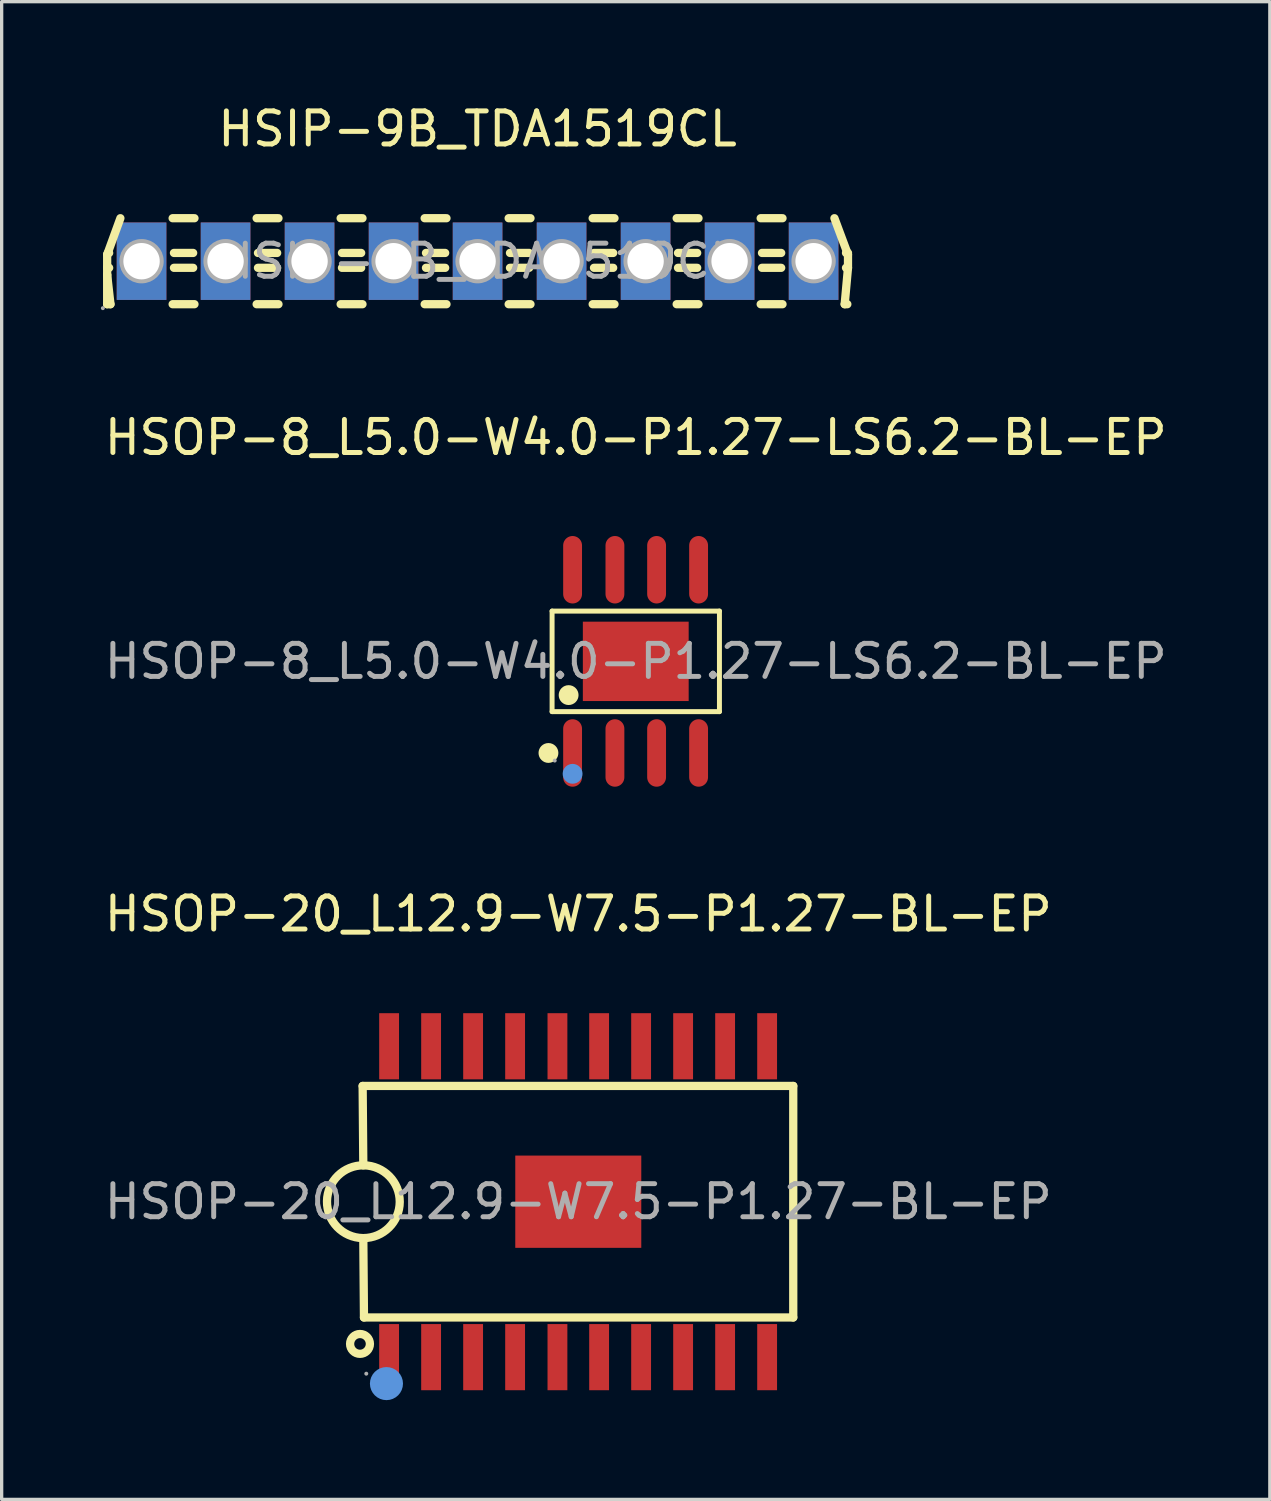
<source format=kicad_pcb>
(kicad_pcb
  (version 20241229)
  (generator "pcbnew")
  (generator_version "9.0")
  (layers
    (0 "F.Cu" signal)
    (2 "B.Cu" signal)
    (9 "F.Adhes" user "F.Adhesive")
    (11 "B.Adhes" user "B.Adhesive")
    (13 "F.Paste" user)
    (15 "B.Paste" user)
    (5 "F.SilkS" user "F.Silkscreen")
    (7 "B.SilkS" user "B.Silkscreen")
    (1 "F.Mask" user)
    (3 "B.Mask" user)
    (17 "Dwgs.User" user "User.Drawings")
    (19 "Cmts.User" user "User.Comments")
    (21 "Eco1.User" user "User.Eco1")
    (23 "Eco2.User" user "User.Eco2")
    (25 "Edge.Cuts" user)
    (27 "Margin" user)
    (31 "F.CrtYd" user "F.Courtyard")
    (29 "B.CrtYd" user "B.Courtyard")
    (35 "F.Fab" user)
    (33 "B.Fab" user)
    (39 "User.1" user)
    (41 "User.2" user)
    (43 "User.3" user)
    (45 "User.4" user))
  (footprint "HSOP-20_L12.9-W7.5-P1.27-BL-EP"
    (layer "F.Cu")
    (at 14.435 33.285)
    (property "Reference" "HSOP-20_L12.9-W7.5-P1.27-BL-EP" (at 0 -8.7 0) (layer "F.SilkS") (effects (font (size 1 1) (thickness 0.15))))
    (attr through_hole)
    (fp_line (start -6.52 -3.5) (end 6.5 -3.5) (stroke (width 0.25) (type solid)) (layer "F.SilkS"))
    (fp_line (start -6.5 -1.1) (end -6.52 -3.5) (stroke (width 0.25) (type solid)) (layer "F.SilkS"))
    (fp_line (start -6.48 3.5) (end -6.5 1.1) (stroke (width 0.25) (type solid)) (layer "F.SilkS"))
    (fp_line (start 6.5 3.5) (end -6.48 3.5) (stroke (width 0.25) (type solid)) (layer "F.SilkS"))
    (fp_line (start 6.5 3.5) (end 6.5 -3.5) (stroke (width 0.25) (type solid)) (layer "F.SilkS"))
    (fp_arc (start -6.519198 1.099832) (mid -6.490401 -1.099958) (end -6.5 1.1) (stroke (width 0.25) (type solid)) (layer "F.SilkS"))
    (fp_circle (center -6.6 4.3) (end -6.3 4.3) (stroke (width 0.25) (type solid)) (fill no) (layer "F.SilkS"))
    (fp_circle (center -5.8 5.5) (end -5.55 5.5) (stroke (width 0.5) (type solid)) (fill no) (layer "Cmts.User"))
    (fp_circle (center -6.41 5.2) (end -6.38 5.2) (stroke (width 0.06) (type solid)) (fill no) (layer "F.Fab"))
    (fp_text user "${REFERENCE}" (at 0 0 0) (layer "F.Fab") (effects (font (size 1 1) (thickness 0.15))))
    (pad "1" smd rect (at -5.72 4.7 180) (size 0.6 2) (layers "F.Cu" "F.Mask" "F.Paste"))
    (pad "2" smd rect (at -4.45 4.7 180) (size 0.6 2) (layers "F.Cu" "F.Mask" "F.Paste"))
    (pad "3" smd rect (at -3.18 4.7 180) (size 0.6 2) (layers "F.Cu" "F.Mask" "F.Paste"))
    (pad "4" smd rect (at -1.91 4.7 180) (size 0.6 2) (layers "F.Cu" "F.Mask" "F.Paste"))
    (pad "5" smd rect (at -0.63 4.7 180) (size 0.6 2) (layers "F.Cu" "F.Mask" "F.Paste"))
    (pad "6" smd rect (at 0.63 4.7 180) (size 0.6 2) (layers "F.Cu" "F.Mask" "F.Paste"))
    (pad "7" smd rect (at 1.9 4.7 180) (size 0.6 2) (layers "F.Cu" "F.Mask" "F.Paste"))
    (pad "8" smd rect (at 3.17 4.7 180) (size 0.6 2) (layers "F.Cu" "F.Mask" "F.Paste"))
    (pad "9" smd rect (at 4.44 4.7 180) (size 0.6 2) (layers "F.Cu" "F.Mask" "F.Paste"))
    (pad "10" smd rect (at 5.71 4.7 180) (size 0.6 2) (layers "F.Cu" "F.Mask" "F.Paste"))
    (pad "11" smd rect (at 5.71 -4.7 180) (size 0.6 2) (layers "F.Cu" "F.Mask" "F.Paste"))
    (pad "12" smd rect (at 4.44 -4.7 180) (size 0.6 2) (layers "F.Cu" "F.Mask" "F.Paste"))
    (pad "13" smd rect (at 3.17 -4.7 180) (size 0.6 2) (layers "F.Cu" "F.Mask" "F.Paste"))
    (pad "14" smd rect (at 1.9 -4.7 180) (size 0.6 2) (layers "F.Cu" "F.Mask" "F.Paste"))
    (pad "15" smd rect (at 0.63 -4.7 180) (size 0.6 2) (layers "F.Cu" "F.Mask" "F.Paste"))
    (pad "16" smd rect (at -0.63 -4.7 180) (size 0.6 2) (layers "F.Cu" "F.Mask" "F.Paste"))
    (pad "17" smd rect (at -1.91 -4.7 180) (size 0.6 2) (layers "F.Cu" "F.Mask" "F.Paste"))
    (pad "18" smd rect (at -3.18 -4.7 180) (size 0.6 2) (layers "F.Cu" "F.Mask" "F.Paste"))
    (pad "19" smd rect (at -4.45 -4.7 180) (size 0.6 2) (layers "F.Cu" "F.Mask" "F.Paste"))
    (pad "20" smd rect (at -5.72 -4.7 180) (size 0.6 2) (layers "F.Cu" "F.Mask" "F.Paste"))
    (pad "21" smd rect (at 0 0) (size 3.81 2.79) (layers "F.Cu" "F.Mask" "F.Paste")))
  (footprint "HSOP-8_L5.0-W4.0-P1.27-LS6.2-BL-EP"
    (layer "F.Cu")
    (at 16.173 16.947)
    (property "Reference" "HSOP-8_L5.0-W4.0-P1.27-LS6.2-BL-EP" (at 0 -6.77 0) (layer "F.SilkS") (effects (font (size 1 1) (thickness 0.15))))
    (attr through_hole)
    (fp_line (start -2.53 -1.52) (end 2.53 -1.52) (stroke (width 0.15) (type solid)) (layer "F.SilkS"))
    (fp_line (start -2.53 1.52) (end -2.53 -1.52) (stroke (width 0.15) (type solid)) (layer "F.SilkS"))
    (fp_line (start 2.53 -1.52) (end 2.53 1.52) (stroke (width 0.15) (type solid)) (layer "F.SilkS"))
    (fp_line (start 2.53 1.52) (end -2.53 1.52) (stroke (width 0.15) (type solid)) (layer "F.SilkS"))
    (fp_circle (center -2.64 2.77) (end -2.49 2.77) (stroke (width 0.3) (type solid)) (fill no) (layer "F.SilkS"))
    (fp_circle (center -2.03 1.02) (end -1.88 1.02) (stroke (width 0.3) (type solid)) (fill no) (layer "F.SilkS"))
    (fp_circle (center -1.91 3.4) (end -1.76 3.4) (stroke (width 0.3) (type solid)) (fill no) (layer "Cmts.User"))
    (fp_circle (center -2.45 3) (end -2.42 3) (stroke (width 0.06) (type solid)) (fill no) (layer "F.Fab"))
    (fp_text user "${REFERENCE}" (at 0 0 0) (layer "F.Fab") (effects (font (size 1 1) (thickness 0.15))))
    (pad "1" smd oval (at -1.91 2.77) (size 0.57 2.04) (layers "F.Cu" "F.Mask" "F.Paste"))
    (pad "2" smd oval (at -0.63 2.77) (size 0.57 2.04) (layers "F.Cu" "F.Mask" "F.Paste"))
    (pad "3" smd oval (at 0.63 2.77) (size 0.57 2.04) (layers "F.Cu" "F.Mask" "F.Paste"))
    (pad "4" smd oval (at 1.9 2.77) (size 0.57 2.04) (layers "F.Cu" "F.Mask" "F.Paste"))
    (pad "5" smd oval (at 1.9 -2.77) (size 0.57 2.04) (layers "F.Cu" "F.Mask" "F.Paste"))
    (pad "6" smd oval (at 0.63 -2.77) (size 0.57 2.04) (layers "F.Cu" "F.Mask" "F.Paste"))
    (pad "7" smd oval (at -0.63 -2.77) (size 0.57 2.04) (layers "F.Cu" "F.Mask" "F.Paste"))
    (pad "8" smd oval (at -1.91 -2.77) (size 0.57 2.04) (layers "F.Cu" "F.Mask" "F.Paste"))
    (pad "9" smd rect (at 0 0) (size 3.2 2.4) (layers "F.Cu" "F.Mask" "F.Paste")))
  (footprint "HSIP-9B_TDA1519CL"
    (layer "F.Cu")
    (at 11.39 4.848)
    (property "Reference" "HSIP-9B_TDA1519CL" (at 0 -4 0) (layer "F.SilkS") (effects (font (size 1 1) (thickness 0.15))))
    (attr through_hole)
    (fp_line (start -11.2 -0.2) (end -11.2 0.2) (stroke (width 0.25) (type solid)) (layer "F.SilkS"))
    (fp_line (start -11.2 0.2) (end -11.2 0.41) (stroke (width 0.25) (type solid)) (layer "F.SilkS"))
    (fp_line (start -11.2 0.2) (end -11.14 0.2) (stroke (width 0.25) (type solid)) (layer "F.SilkS"))
    (fp_line (start -11.2 0.41) (end -11.2 1.3) (stroke (width 0.25) (type solid)) (layer "F.SilkS"))
    (fp_line (start -11.2 0.41) (end -11.1 1.3) (stroke (width 0.25) (type solid)) (layer "F.SilkS"))
    (fp_line (start -11.2 1.3) (end -11.1 1.3) (stroke (width 0.25) (type solid)) (layer "F.SilkS"))
    (fp_line (start -11.18 -0.25) (end -11.14 -0.25) (stroke (width 0.25) (type solid)) (layer "F.SilkS"))
    (fp_line (start -10.8 -1.3) (end -11.2 -0.2) (stroke (width 0.25) (type solid)) (layer "F.SilkS"))
    (fp_line (start -9.22 -1.3) (end -8.56 -1.3) (stroke (width 0.25) (type solid)) (layer "F.SilkS"))
    (fp_line (start -9.22 1.3) (end -8.56 1.3) (stroke (width 0.25) (type solid)) (layer "F.SilkS"))
    (fp_line (start -9.18 -0.25) (end -8.6 -0.25) (stroke (width 0.25) (type solid)) (layer "F.SilkS"))
    (fp_line (start -9.18 0.2) (end -8.6 0.2) (stroke (width 0.25) (type solid)) (layer "F.SilkS"))
    (fp_line (start -6.68 -1.3) (end -6.02 -1.3) (stroke (width 0.25) (type solid)) (layer "F.SilkS"))
    (fp_line (start -6.68 1.3) (end -6.02 1.3) (stroke (width 0.25) (type solid)) (layer "F.SilkS"))
    (fp_line (start -6.64 -0.25) (end -6.06 -0.25) (stroke (width 0.25) (type solid)) (layer "F.SilkS"))
    (fp_line (start -6.64 0.2) (end -6.06 0.2) (stroke (width 0.25) (type solid)) (layer "F.SilkS"))
    (fp_line (start -4.14 -1.3) (end -3.48 -1.3) (stroke (width 0.25) (type solid)) (layer "F.SilkS"))
    (fp_line (start -4.14 1.3) (end -3.48 1.3) (stroke (width 0.25) (type solid)) (layer "F.SilkS"))
    (fp_line (start -4.1 -0.25) (end -3.52 -0.25) (stroke (width 0.25) (type solid)) (layer "F.SilkS"))
    (fp_line (start -4.1 0.2) (end -3.52 0.2) (stroke (width 0.25) (type solid)) (layer "F.SilkS"))
    (fp_line (start -1.6 -1.3) (end -0.94 -1.3) (stroke (width 0.25) (type solid)) (layer "F.SilkS"))
    (fp_line (start -1.6 1.3) (end -0.94 1.3) (stroke (width 0.25) (type solid)) (layer "F.SilkS"))
    (fp_line (start -1.56 -0.25) (end -0.98 -0.25) (stroke (width 0.25) (type solid)) (layer "F.SilkS"))
    (fp_line (start -1.56 0.2) (end -0.98 0.2) (stroke (width 0.25) (type solid)) (layer "F.SilkS"))
    (fp_line (start 0.94 -1.3) (end 1.6 -1.3) (stroke (width 0.25) (type solid)) (layer "F.SilkS"))
    (fp_line (start 0.94 1.3) (end 1.6 1.3) (stroke (width 0.25) (type solid)) (layer "F.SilkS"))
    (fp_line (start 0.98 -0.25) (end 1.56 -0.25) (stroke (width 0.25) (type solid)) (layer "F.SilkS"))
    (fp_line (start 0.98 0.2) (end 1.56 0.2) (stroke (width 0.25) (type solid)) (layer "F.SilkS"))
    (fp_line (start 3.48 -1.3) (end 4.14 -1.3) (stroke (width 0.25) (type solid)) (layer "F.SilkS"))
    (fp_line (start 3.48 1.3) (end 4.14 1.3) (stroke (width 0.25) (type solid)) (layer "F.SilkS"))
    (fp_line (start 3.52 -0.25) (end 4.1 -0.25) (stroke (width 0.25) (type solid)) (layer "F.SilkS"))
    (fp_line (start 3.52 0.2) (end 4.1 0.2) (stroke (width 0.25) (type solid)) (layer "F.SilkS"))
    (fp_line (start 6.02 -1.3) (end 6.68 -1.3) (stroke (width 0.25) (type solid)) (layer "F.SilkS"))
    (fp_line (start 6.02 1.3) (end 6.68 1.3) (stroke (width 0.25) (type solid)) (layer "F.SilkS"))
    (fp_line (start 6.06 -0.25) (end 6.64 -0.25) (stroke (width 0.25) (type solid)) (layer "F.SilkS"))
    (fp_line (start 6.06 0.2) (end 6.64 0.2) (stroke (width 0.25) (type solid)) (layer "F.SilkS"))
    (fp_line (start 8.56 -1.3) (end 9.22 -1.3) (stroke (width 0.25) (type solid)) (layer "F.SilkS"))
    (fp_line (start 8.56 1.3) (end 9.22 1.3) (stroke (width 0.25) (type solid)) (layer "F.SilkS"))
    (fp_line (start 8.6 -0.25) (end 9.18 -0.25) (stroke (width 0.25) (type solid)) (layer "F.SilkS"))
    (fp_line (start 8.6 0.2) (end 9.18 0.2) (stroke (width 0.25) (type solid)) (layer "F.SilkS"))
    (fp_line (start 11.1 1.3) (end 11.18 1.3) (stroke (width 0.25) (type solid)) (layer "F.SilkS"))
    (fp_line (start 11.1 1.3) (end 11.2 0.2) (stroke (width 0.25) (type solid)) (layer "F.SilkS"))
    (fp_line (start 11.14 -0.25) (end 11.2 -0.25) (stroke (width 0.25) (type solid)) (layer "F.SilkS"))
    (fp_line (start 11.14 0.2) (end 11.19 0.2) (stroke (width 0.25) (type solid)) (layer "F.SilkS"))
    (fp_line (start 11.2 -0.2) (end 10.79 -1.3) (stroke (width 0.25) (type solid)) (layer "F.SilkS"))
    (fp_line (start 11.2 0.2) (end 11.2 -0.2) (stroke (width 0.25) (type solid)) (layer "F.SilkS"))
    (fp_circle (center -11.33 1.42) (end -11.3 1.42) (stroke (width 0.06) (type solid)) (fill no) (layer "F.Fab"))
    (fp_circle (center -10.16 0) (end -9.94 0) (stroke (width 0.45) (type solid)) (fill no) (layer "F.Fab"))
    (fp_circle (center -7.62 0) (end -7.4 0) (stroke (width 0.45) (type solid)) (fill no) (layer "F.Fab"))
    (fp_circle (center -5.08 0) (end -4.86 0) (stroke (width 0.45) (type solid)) (fill no) (layer "F.Fab"))
    (fp_circle (center -2.54 0) (end -2.32 0) (stroke (width 0.45) (type solid)) (fill no) (layer "F.Fab"))
    (fp_circle (center 0 0) (end 0.22 0) (stroke (width 0.45) (type solid)) (fill no) (layer "F.Fab"))
    (fp_circle (center 2.54 0) (end 2.76 0) (stroke (width 0.45) (type solid)) (fill no) (layer "F.Fab"))
    (fp_circle (center 5.08 0) (end 5.3 0) (stroke (width 0.45) (type solid)) (fill no) (layer "F.Fab"))
    (fp_circle (center 7.62 0) (end 7.84 0) (stroke (width 0.45) (type solid)) (fill no) (layer "F.Fab"))
    (fp_circle (center 10.16 0) (end 10.38 0) (stroke (width 0.45) (type solid)) (fill no) (layer "F.Fab"))
    (fp_text user "${REFERENCE}" (at 0 0 0) (layer "F.Fab") (effects (font (size 1 1) (thickness 0.15))))
    (pad "1" thru_hole rect (at -10.16 0 90) (size 2.34 1.5) (drill 1.1) (layers "*.Cu" "*.Paste" "*.Mask"))
    (pad "2" thru_hole rect (at -7.62 0 90) (size 2.34 1.5) (drill 1.1) (layers "*.Cu" "*.Paste" "*.Mask"))
    (pad "3" thru_hole rect (at -5.08 0 90) (size 2.34 1.5) (drill 1.1) (layers "*.Cu" "*.Paste" "*.Mask"))
    (pad "4" thru_hole rect (at -2.54 0 90) (size 2.34 1.5) (drill 1.1) (layers "*.Cu" "*.Paste" "*.Mask"))
    (pad "5" thru_hole rect (at 0 0 90) (size 2.34 1.5) (drill 1.1) (layers "*.Cu" "*.Paste" "*.Mask"))
    (pad "6" thru_hole rect (at 2.54 0 90) (size 2.34 1.5) (drill 1.1) (layers "*.Cu" "*.Paste" "*.Mask"))
    (pad "7" thru_hole rect (at 5.08 0 90) (size 2.34 1.5) (drill 1.1) (layers "*.Cu" "*.Paste" "*.Mask"))
    (pad "8" thru_hole rect (at 7.62 0 90) (size 2.34 1.5) (drill 1.1) (layers "*.Cu" "*.Paste" "*.Mask"))
    (pad "9" thru_hole rect (at 10.16 0 90) (size 2.34 1.5) (drill 1.1) (layers "*.Cu" "*.Paste" "*.Mask")))
  (gr_rect
    (start -3 -3)
    (end 35.345 42.285)
    (stroke (width 0.1) (type default))
    (fill no)
    (layer "Edge.Cuts")))
</source>
